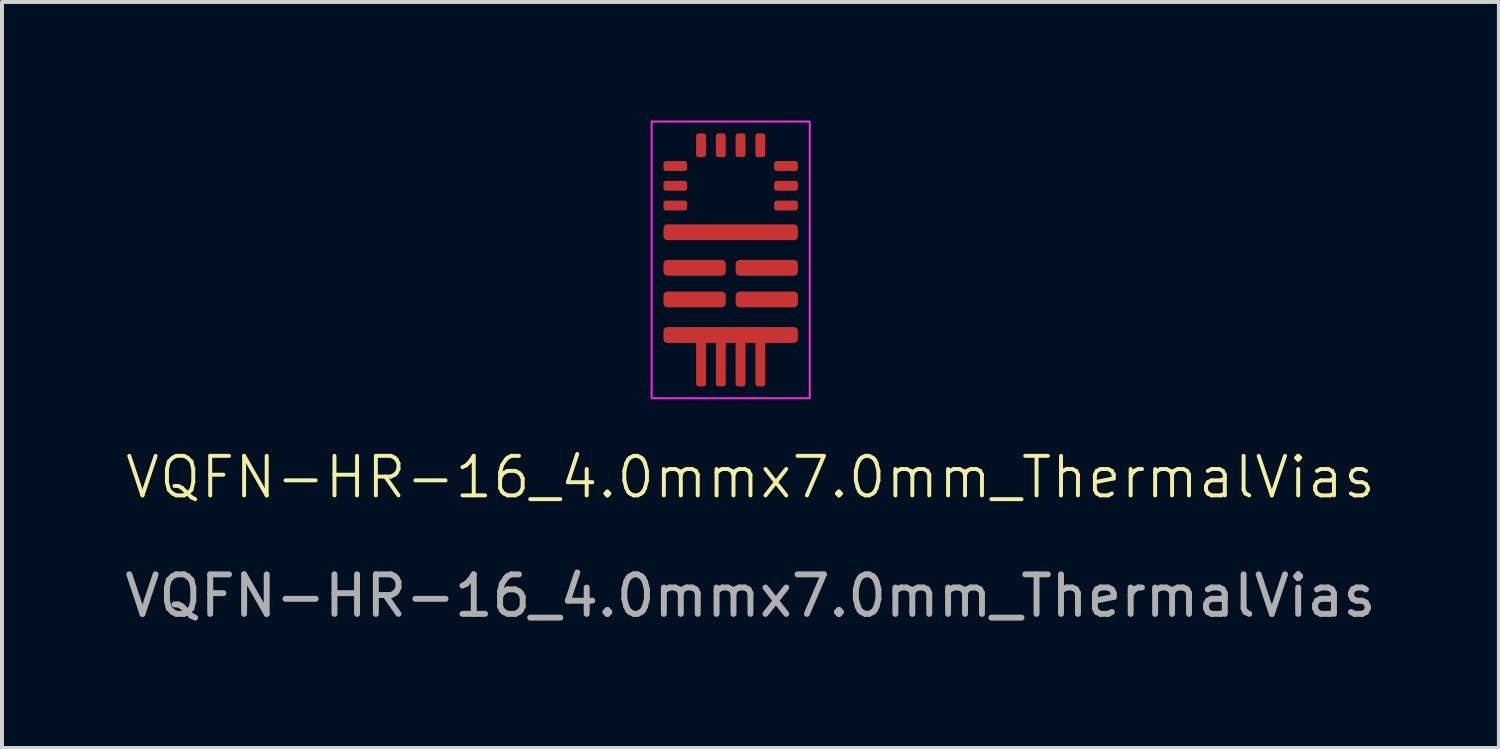
<source format=kicad_pcb>
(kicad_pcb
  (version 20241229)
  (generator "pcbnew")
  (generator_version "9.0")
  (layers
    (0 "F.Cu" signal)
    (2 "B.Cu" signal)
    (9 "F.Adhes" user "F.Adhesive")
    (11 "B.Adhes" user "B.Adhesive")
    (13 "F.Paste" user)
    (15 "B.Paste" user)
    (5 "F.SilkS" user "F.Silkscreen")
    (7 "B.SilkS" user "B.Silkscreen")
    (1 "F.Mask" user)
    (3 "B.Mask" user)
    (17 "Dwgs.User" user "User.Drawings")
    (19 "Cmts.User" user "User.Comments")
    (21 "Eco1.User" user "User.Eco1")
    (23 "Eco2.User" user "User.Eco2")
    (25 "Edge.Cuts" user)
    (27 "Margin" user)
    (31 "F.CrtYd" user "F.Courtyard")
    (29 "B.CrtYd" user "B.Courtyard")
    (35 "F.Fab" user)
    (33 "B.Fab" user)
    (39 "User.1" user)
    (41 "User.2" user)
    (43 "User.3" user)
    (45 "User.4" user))
  (footprint "VQFN-HR-16_4.0mmx7.0mm_ThermalVias"
    (layer "F.Cu")
    (at 15.435 3.525)
    (property "Reference" "VQFN-HR-16_4.0mmx7.0mm_ThermalVias" (at 0.5 5.5 0) (unlocked yes) (layer "F.SilkS") (effects (font (size 1 1) (thickness 0.1))))
    (attr smd)
    (fp_rect (start -2 -3.5) (end 2 3.5) (stroke (width 0.05) (type default)) (fill no) (layer "F.CrtYd"))
    (fp_text user "${REFERENCE}" (at 0.5 8.5 0) (unlocked yes) (layer "F.Fab") (effects (font (size 1 1) (thickness 0.15))))
    (pad "1" smd roundrect (at -1.4 -2.375) (size 0.6 0.25) (layers "F.Cu" "F.Mask" "F.Paste") (roundrect_rratio 0.25))
    (pad "2" smd roundrect (at -1.4 -1.875) (size 0.6 0.25) (layers "F.Cu" "F.Mask" "F.Paste") (roundrect_rratio 0.25))
    (pad "3" smd roundrect (at -1.4 -1.375) (size 0.6 0.25) (layers "F.Cu" "F.Mask" "F.Paste") (roundrect_rratio 0.25))
    (pad "4" smd roundrect (at 0 -0.7) (size 3.4 0.4) (layers "F.Cu" "F.Mask" "F.Paste") (roundrect_rratio 0.25))
    (pad "5" smd roundrect (at -0.913 0.2) (size 1.575 0.4) (layers "F.Cu" "F.Mask" "F.Paste") (roundrect_rratio 0.25))
    (pad "6" smd roundrect (at -0.913 1) (size 1.575 0.4) (layers "F.Cu" "F.Mask" "F.Paste") (roundrect_rratio 0.25))
    (pad "7" smd roundrect (at -0.75 2.45) (size 0.25 1.5) (layers "F.Cu" "F.Mask" "F.Paste") (roundrect_rratio 0.25))
    (pad "7" smd roundrect (at -0.25 2.45) (size 0.25 1.5) (layers "F.Cu" "F.Mask" "F.Paste") (roundrect_rratio 0.25))
    (pad "7" smd roundrect (at 0 1.9) (size 3.4 0.4) (layers "F.Cu" "F.Mask" "F.Paste") (roundrect_rratio 0.25))
    (pad "7" smd roundrect (at 0.25 2.45) (size 0.25 1.5) (layers "F.Cu" "F.Mask" "F.Paste") (roundrect_rratio 0.25))
    (pad "7" smd roundrect (at 0.75 2.45) (size 0.25 1.5) (layers "F.Cu" "F.Mask" "F.Paste") (roundrect_rratio 0.25))
    (pad "8" smd roundrect (at 0.913 1) (size 1.575 0.4) (layers "F.Cu" "F.Mask" "F.Paste") (roundrect_rratio 0.25))
    (pad "9" smd roundrect (at 0.913 0.2) (size 1.575 0.4) (layers "F.Cu" "F.Mask" "F.Paste") (roundrect_rratio 0.25))
    (pad "10" smd roundrect (at 1.4 -1.375) (size 0.6 0.25) (layers "F.Cu" "F.Mask" "F.Paste") (roundrect_rratio 0.25))
    (pad "11" smd roundrect (at 1.4 -1.875) (size 0.6 0.25) (layers "F.Cu" "F.Mask" "F.Paste") (roundrect_rratio 0.25))
    (pad "12" smd roundrect (at 1.4 -2.375) (size 0.6 0.25) (layers "F.Cu" "F.Mask" "F.Paste") (roundrect_rratio 0.25))
    (pad "13" smd roundrect (at 0.75 -2.9) (size 0.25 0.6) (layers "F.Cu" "F.Mask" "F.Paste") (roundrect_rratio 0.25))
    (pad "14" smd roundrect (at 0.25 -2.9) (size 0.25 0.6) (layers "F.Cu" "F.Mask" "F.Paste") (roundrect_rratio 0.25))
    (pad "15" smd roundrect (at -0.25 -2.9) (size 0.25 0.6) (layers "F.Cu" "F.Mask" "F.Paste") (roundrect_rratio 0.25))
    (pad "16" smd roundrect (at -0.75 -2.9) (size 0.25 0.6) (layers "F.Cu" "F.Mask" "F.Paste") (roundrect_rratio 0.25)))
  (gr_rect
    (start -3 -3)
    (end 34.869 15.873)
    (stroke (width 0.1) (type default))
    (fill no)
    (layer "Edge.Cuts")))
</source>
